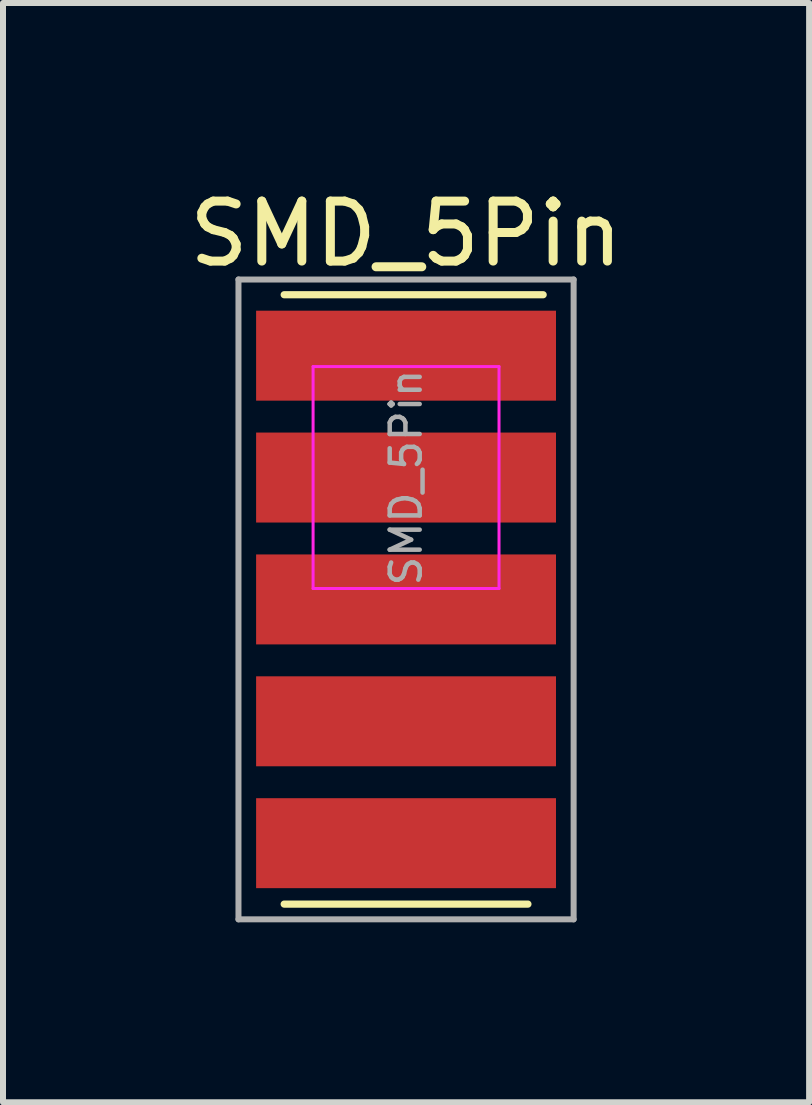
<source format=kicad_pcb>
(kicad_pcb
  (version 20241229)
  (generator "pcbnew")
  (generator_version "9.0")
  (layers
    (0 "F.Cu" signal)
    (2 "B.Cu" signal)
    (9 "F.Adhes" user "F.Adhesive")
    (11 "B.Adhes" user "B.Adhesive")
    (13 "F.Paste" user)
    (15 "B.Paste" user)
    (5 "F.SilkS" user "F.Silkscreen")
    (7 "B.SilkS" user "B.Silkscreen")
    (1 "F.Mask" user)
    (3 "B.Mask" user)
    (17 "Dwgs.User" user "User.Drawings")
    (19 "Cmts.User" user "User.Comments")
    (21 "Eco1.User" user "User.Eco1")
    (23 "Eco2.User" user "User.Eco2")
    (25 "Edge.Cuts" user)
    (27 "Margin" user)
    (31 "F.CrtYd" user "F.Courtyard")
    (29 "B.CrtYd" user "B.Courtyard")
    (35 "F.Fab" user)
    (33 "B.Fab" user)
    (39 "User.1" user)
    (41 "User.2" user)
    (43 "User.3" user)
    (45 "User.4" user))
  (footprint "SMD_5Pin"
    (layer "F.Cu")
    (at 3.72 6.944)
    (property "Reference" "SMD_5Pin" (at 0 -6.096 0) (layer "F.SilkS") (effects (font (size 1 1) (thickness 0.15))))
    (attr smd)
    (fp_line (start 2.032 5.08) (end -2.032 5.08) (stroke (width 0.12) (type solid)) (layer "F.SilkS"))
    (fp_line (start 2.286 -5.08) (end -2.032 -5.08) (stroke (width 0.12) (type solid)) (layer "F.SilkS"))
    (fp_line (start -1.55 -3.882) (end -1.55 -0.182) (stroke (width 0.05) (type solid)) (layer "F.CrtYd"))
    (fp_line (start -1.55 -3.882) (end 1.55 -3.882) (stroke (width 0.05) (type solid)) (layer "F.CrtYd"))
    (fp_line (start 1.55 -0.182) (end -1.55 -0.182) (stroke (width 0.05) (type solid)) (layer "F.CrtYd"))
    (fp_line (start 1.55 -0.182) (end 1.55 -3.882) (stroke (width 0.05) (type solid)) (layer "F.CrtYd"))
    (fp_line (start -2.794 -5.334) (end 2.794 -5.334) (stroke (width 0.1) (type solid)) (layer "F.Fab"))
    (fp_line (start -2.794 5.334) (end -2.794 -5.334) (stroke (width 0.1) (type solid)) (layer "F.Fab"))
    (fp_line (start 2.794 -5.334) (end 2.794 5.334) (stroke (width 0.1) (type solid)) (layer "F.Fab"))
    (fp_line (start 2.794 5.334) (end -2.794 5.334) (stroke (width 0.1) (type solid)) (layer "F.Fab"))
    (fp_text user "${REFERENCE}" (at 0 -2.032 90) (layer "F.Fab") (effects (font (size 0.5 0.5) (thickness 0.075))))
    (pad "1" smd rect (at 0 -4.064) (size 5 1.5) (layers "F.Cu" "F.Mask" "F.Paste"))
    (pad "2" smd rect (at 0 -2.032) (size 5 1.5) (layers "F.Cu" "F.Mask" "F.Paste"))
    (pad "3" smd rect (at 0 0) (size 5 1.5) (layers "F.Cu" "F.Mask" "F.Paste"))
    (pad "4" smd rect (at 0 2.032) (size 5 1.5) (layers "F.Cu" "F.Mask" "F.Paste"))
    (pad "5" smd rect (at 0 4.064) (size 5 1.5) (layers "F.Cu" "F.Mask" "F.Paste")))
  (gr_rect
    (start -3 -3)
    (end 10.44 15.328)
    (stroke (width 0.1) (type default))
    (fill no)
    (layer "Edge.Cuts")))
</source>
